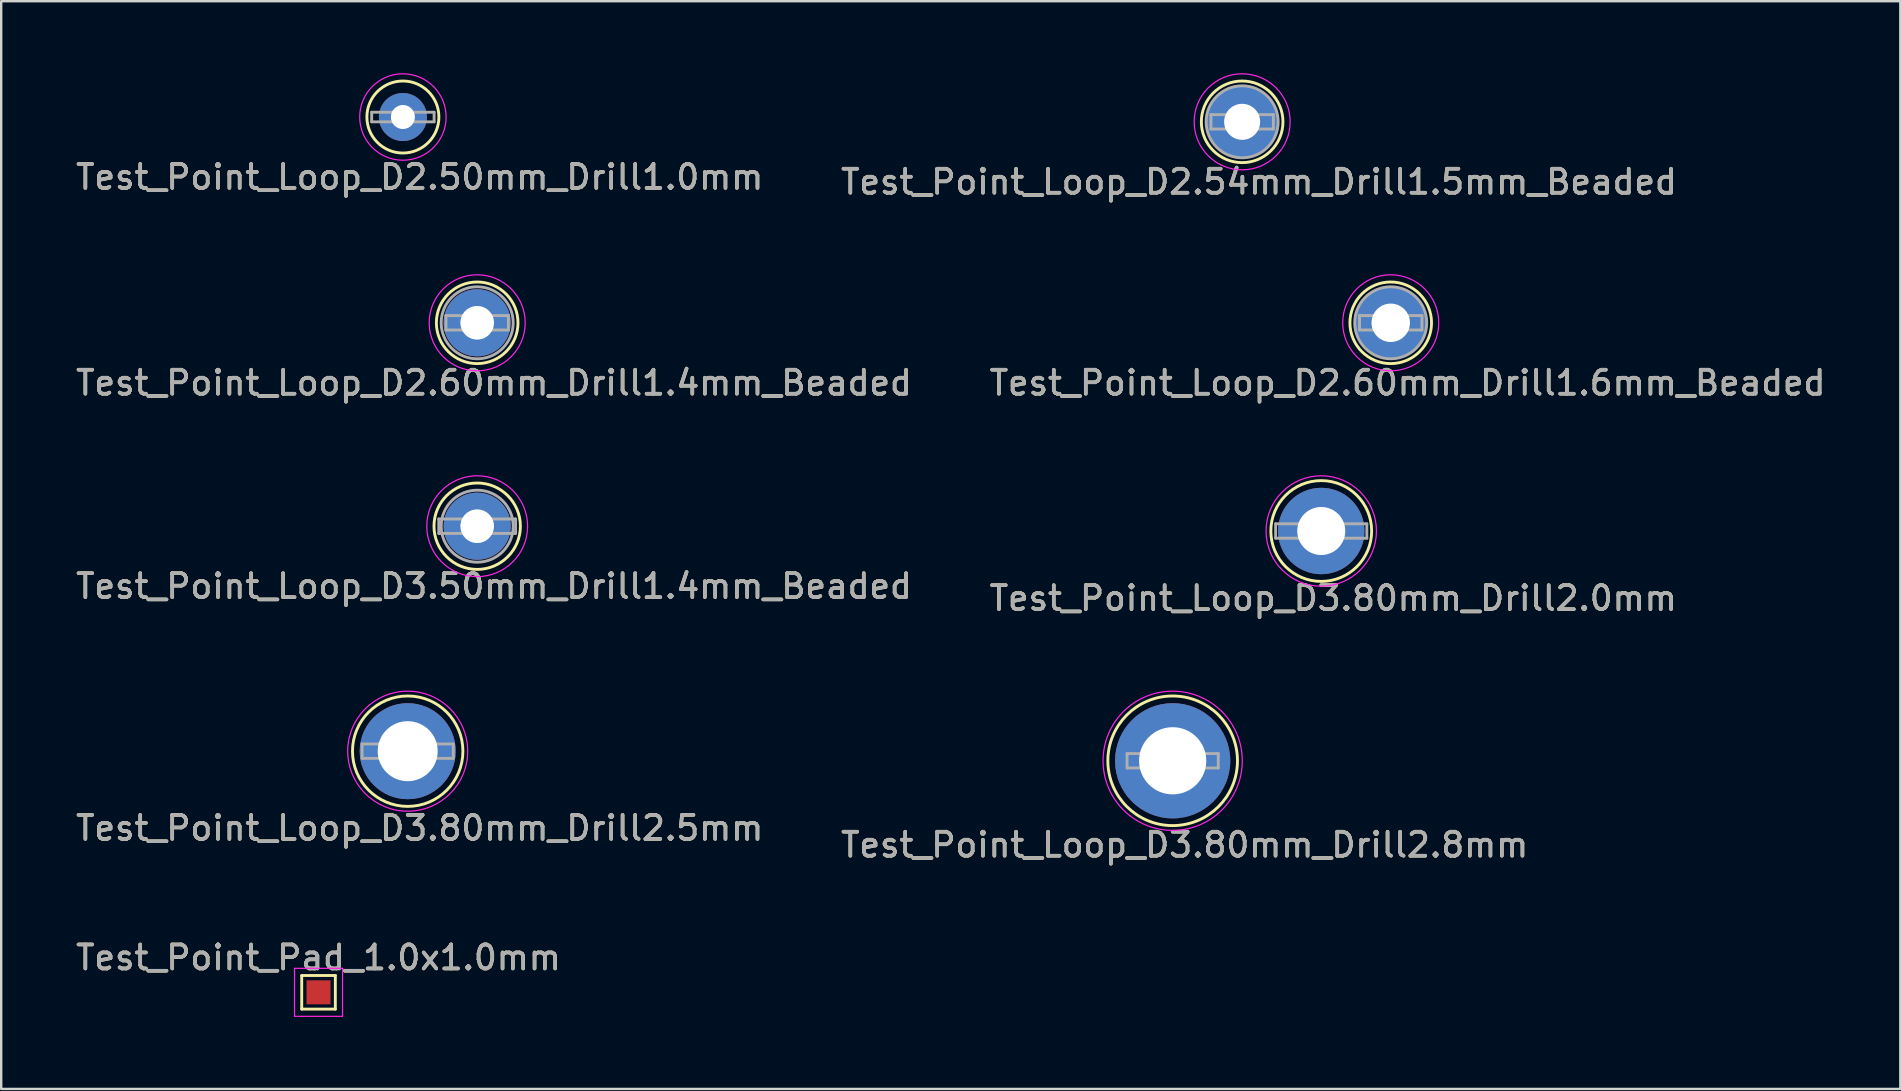
<source format=kicad_pcb>
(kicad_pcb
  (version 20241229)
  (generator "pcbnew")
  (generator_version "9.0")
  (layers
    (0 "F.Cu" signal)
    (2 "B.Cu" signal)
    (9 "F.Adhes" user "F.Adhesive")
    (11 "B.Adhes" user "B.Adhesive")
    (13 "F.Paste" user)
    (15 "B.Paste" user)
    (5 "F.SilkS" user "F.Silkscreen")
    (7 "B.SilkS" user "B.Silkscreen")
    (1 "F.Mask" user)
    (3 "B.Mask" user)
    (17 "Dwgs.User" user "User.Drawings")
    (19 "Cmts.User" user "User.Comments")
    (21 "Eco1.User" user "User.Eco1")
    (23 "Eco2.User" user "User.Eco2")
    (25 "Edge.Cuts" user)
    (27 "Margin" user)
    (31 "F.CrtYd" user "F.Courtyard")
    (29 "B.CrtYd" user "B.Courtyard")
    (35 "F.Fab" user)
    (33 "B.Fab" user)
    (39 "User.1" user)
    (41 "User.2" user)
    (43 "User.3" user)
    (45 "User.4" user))
  (footprint "Test_Point_Loop_D3.80mm_Drill2.5mm"
    (layer "F.Cu")
    (at 13.935 28.245)
    (property "Reference" "Test_Point_Loop_D3.80mm_Drill2.5mm" (at 0.5 3.2 0) (layer "F.SilkS") (effects (font (size 1 1) (thickness 0.15))))
    (attr through_hole)
    (fp_circle (center 0 0) (end 2.3 0) (stroke (width 0.12) (type solid)) (fill no) (layer "F.SilkS"))
    (fp_circle (center 0 0) (end 2.5 0) (stroke (width 0.05) (type solid)) (fill no) (layer "F.CrtYd"))
    (fp_line (start -1.9 -0.3) (end -1.9 0.3) (stroke (width 0.12) (type solid)) (layer "F.Fab"))
    (fp_line (start -1.9 0.3) (end 1.9 0.3) (stroke (width 0.12) (type solid)) (layer "F.Fab"))
    (fp_line (start 1.9 -0.3) (end -1.9 -0.3) (stroke (width 0.12) (type solid)) (layer "F.Fab"))
    (fp_line (start 1.9 0.3) (end 1.9 -0.3) (stroke (width 0.12) (type solid)) (layer "F.Fab"))
    (fp_text user "${REFERENCE}" (at 0.5 3.2 0) (layer "F.Fab") (effects (font (size 1 1) (thickness 0.15))))
    (pad "1" thru_hole circle (at 0 0) (size 4 4) (drill 2.5) (layers "*.Cu" "*.Mask")))
  (footprint "Test_Point_Loop_D3.80mm_Drill2.0mm"
    (layer "F.Cu")
    (at 51.994 19.072)
    (property "Reference" "Test_Point_Loop_D3.80mm_Drill2.0mm" (at 0.5 2.8 0) (layer "F.SilkS") (effects (font (size 1 1) (thickness 0.15))))
    (attr through_hole)
    (fp_circle (center 0 0) (end 2.1 0) (stroke (width 0.12) (type solid)) (fill no) (layer "F.SilkS"))
    (fp_circle (center 0 0) (end 2.3 0) (stroke (width 0.05) (type solid)) (fill no) (layer "F.CrtYd"))
    (fp_line (start -1.9 -0.3) (end -1.9 0.3) (stroke (width 0.12) (type solid)) (layer "F.Fab"))
    (fp_line (start -1.9 0.3) (end 1.9 0.3) (stroke (width 0.12) (type solid)) (layer "F.Fab"))
    (fp_line (start 1.9 -0.3) (end -1.9 -0.3) (stroke (width 0.12) (type solid)) (layer "F.Fab"))
    (fp_line (start 1.9 0.3) (end 1.9 -0.3) (stroke (width 0.12) (type solid)) (layer "F.Fab"))
    (fp_text user "${REFERENCE}" (at 0.5 2.8 0) (layer "F.Fab") (effects (font (size 1 1) (thickness 0.15))))
    (pad "1" thru_hole circle (at 0 0) (size 3.6 3.6) (drill 2) (layers "*.Cu" "*.Mask")))
  (footprint "Test_Point_Loop_D2.54mm_Drill1.5mm_Beaded"
    (layer "F.Cu")
    (at 48.699 2.025)
    (property "Reference" "Test_Point_Loop_D2.54mm_Drill1.5mm_Beaded" (at 0.7 2.5 0) (layer "F.SilkS") (effects (font (size 1 1) (thickness 0.15))))
    (attr through_hole)
    (fp_circle (center 0 0) (end 1.7 0) (stroke (width 0.12) (type solid)) (fill no) (layer "F.SilkS"))
    (fp_circle (center 0 0) (end 2 0) (stroke (width 0.05) (type solid)) (fill no) (layer "F.CrtYd"))
    (fp_line (start -1.3 -0.3) (end -1.3 0.3) (stroke (width 0.12) (type solid)) (layer "F.Fab"))
    (fp_line (start -1.3 0.3) (end 1.3 0.3) (stroke (width 0.12) (type solid)) (layer "F.Fab"))
    (fp_line (start 1.3 -0.3) (end -1.3 -0.3) (stroke (width 0.12) (type solid)) (layer "F.Fab"))
    (fp_line (start 1.3 0.3) (end 1.3 -0.3) (stroke (width 0.12) (type solid)) (layer "F.Fab"))
    (fp_circle (center 0 0) (end 1.5 0) (stroke (width 0.12) (type solid)) (fill no) (layer "F.Fab"))
    (fp_text user "${REFERENCE}" (at 0.7 2.5 0) (layer "F.Fab") (effects (font (size 1 1) (thickness 0.15))))
    (pad "1" thru_hole circle (at 0 0) (size 3 3) (drill 1.5) (layers "*.Cu" "*.Mask")))
  (footprint "Test_Point_Loop_D2.60mm_Drill1.4mm_Beaded"
    (layer "F.Cu")
    (at 16.83 10.398)
    (property "Reference" "Test_Point_Loop_D2.60mm_Drill1.4mm_Beaded" (at 0.7 2.5 0) (layer "F.SilkS") (effects (font (size 1 1) (thickness 0.15))))
    (attr through_hole)
    (fp_circle (center 0 0) (end 1.7 0) (stroke (width 0.12) (type solid)) (fill no) (layer "F.SilkS"))
    (fp_circle (center 0 0) (end 2 0) (stroke (width 0.05) (type solid)) (fill no) (layer "F.CrtYd"))
    (fp_line (start -1.3 -0.3) (end -1.3 0.3) (stroke (width 0.12) (type solid)) (layer "F.Fab"))
    (fp_line (start -1.3 0.3) (end 1.3 0.3) (stroke (width 0.12) (type solid)) (layer "F.Fab"))
    (fp_line (start 1.3 -0.3) (end -1.3 -0.3) (stroke (width 0.12) (type solid)) (layer "F.Fab"))
    (fp_line (start 1.3 0.3) (end 1.3 -0.3) (stroke (width 0.12) (type solid)) (layer "F.Fab"))
    (fp_circle (center 0 0) (end 1.5 0) (stroke (width 0.12) (type solid)) (fill no) (layer "F.Fab"))
    (fp_text user "${REFERENCE}" (at 0.7 2.5 0) (layer "F.Fab") (effects (font (size 1 1) (thickness 0.15))))
    (pad "1" thru_hole circle (at 0 0) (size 2.8 2.8) (drill 1.4) (layers "*.Cu" "*.Mask")))
  (footprint "Test_Point_Loop_D2.50mm_Drill1.0mm"
    (layer "F.Cu")
    (at 13.735 1.825)
    (property "Reference" "Test_Point_Loop_D2.50mm_Drill1.0mm" (at 0.7 2.5 0) (layer "F.SilkS") (effects (font (size 1 1) (thickness 0.15))))
    (attr through_hole)
    (fp_circle (center 0 0) (end 1.5 0) (stroke (width 0.12) (type solid)) (fill no) (layer "F.SilkS"))
    (fp_circle (center 0 0) (end 1.8 0) (stroke (width 0.05) (type solid)) (fill no) (layer "F.CrtYd"))
    (fp_line (start -1.3 -0.2) (end -1.3 0.2) (stroke (width 0.12) (type solid)) (layer "F.Fab"))
    (fp_line (start -1.3 0.2) (end 1.3 0.2) (stroke (width 0.12) (type solid)) (layer "F.Fab"))
    (fp_line (start 1.3 -0.2) (end -1.3 -0.2) (stroke (width 0.12) (type solid)) (layer "F.Fab"))
    (fp_line (start 1.3 0.2) (end 1.3 -0.2) (stroke (width 0.12) (type solid)) (layer "F.Fab"))
    (fp_text user "${REFERENCE}" (at 0.7 2.5 0) (layer "F.Fab") (effects (font (size 1 1) (thickness 0.15))))
    (pad "1" thru_hole circle (at 0 0) (size 2 2) (drill 1) (layers "*.Cu" "*.Mask")))
  (footprint "Test_Point_Pad_1.0x1.0mm"
    (layer "F.Cu")
    (at 10.22 38.291)
    (property "Reference" "Test_Point_Pad_1.0x1.0mm" (at 0 -1.448 0) (layer "F.SilkS") (effects (font (size 1 1) (thickness 0.15))))
    (attr exclude_from_pos_files exclude_from_bom)
    (fp_line (start -0.7 -0.7) (end 0.7 -0.7) (stroke (width 0.12) (type solid)) (layer "F.SilkS"))
    (fp_line (start -0.7 0.7) (end -0.7 -0.7) (stroke (width 0.12) (type solid)) (layer "F.SilkS"))
    (fp_line (start 0.7 -0.7) (end 0.7 0.7) (stroke (width 0.12) (type solid)) (layer "F.SilkS"))
    (fp_line (start 0.7 0.7) (end -0.7 0.7) (stroke (width 0.12) (type solid)) (layer "F.SilkS"))
    (fp_line (start -1 -1) (end -1 1) (stroke (width 0.05) (type solid)) (layer "F.CrtYd"))
    (fp_line (start -1 -1) (end 1 -1) (stroke (width 0.05) (type solid)) (layer "F.CrtYd"))
    (fp_line (start 1 1) (end -1 1) (stroke (width 0.05) (type solid)) (layer "F.CrtYd"))
    (fp_line (start 1 1) (end 1 -1) (stroke (width 0.05) (type solid)) (layer "F.CrtYd"))
    (fp_text user "${REFERENCE}" (at 0 -1.45 0) (layer "F.Fab") (effects (font (size 1 1) (thickness 0.15))))
    (pad "1" smd rect (at 0 0) (size 1 1) (layers "F.Cu" "F.Mask")))
  (footprint "Test_Point_Loop_D3.50mm_Drill1.4mm_Beaded"
    (layer "F.Cu")
    (at 16.83 18.872)
    (property "Reference" "Test_Point_Loop_D3.50mm_Drill1.4mm_Beaded" (at 0.7 2.5 0) (layer "F.SilkS") (effects (font (size 1 1) (thickness 0.15))))
    (attr through_hole)
    (fp_circle (center 0 0) (end 1.8 0) (stroke (width 0.12) (type solid)) (fill no) (layer "F.SilkS"))
    (fp_circle (center 0 0) (end 2.1 0) (stroke (width 0.05) (type solid)) (fill no) (layer "F.CrtYd"))
    (fp_line (start -1.6 -0.3) (end -1.6 0.3) (stroke (width 0.12) (type solid)) (layer "F.Fab"))
    (fp_line (start -1.6 0.3) (end 1.6 0.3) (stroke (width 0.12) (type solid)) (layer "F.Fab"))
    (fp_line (start 1.6 -0.3) (end -1.6 -0.3) (stroke (width 0.12) (type solid)) (layer "F.Fab"))
    (fp_line (start 1.6 0.3) (end 1.6 -0.3) (stroke (width 0.12) (type solid)) (layer "F.Fab"))
    (fp_circle (center 0 0) (end 1.5 0) (stroke (width 0.12) (type solid)) (fill no) (layer "F.Fab"))
    (fp_text user "${REFERENCE}" (at 0.7 2.5 0) (layer "F.Fab") (effects (font (size 1 1) (thickness 0.15))))
    (pad "1" thru_hole circle (at 0 0) (size 2.8 2.8) (drill 1.4) (layers "*.Cu" "*.Mask")))
  (footprint "Test_Point_Loop_D2.60mm_Drill1.6mm_Beaded"
    (layer "F.Cu")
    (at 54.889 10.398)
    (property "Reference" "Test_Point_Loop_D2.60mm_Drill1.6mm_Beaded" (at 0.7 2.5 0) (layer "F.SilkS") (effects (font (size 1 1) (thickness 0.15))))
    (attr through_hole)
    (fp_circle (center 0 0) (end 1.7 0) (stroke (width 0.12) (type solid)) (fill no) (layer "F.SilkS"))
    (fp_circle (center 0 0) (end 2 0) (stroke (width 0.05) (type solid)) (fill no) (layer "F.CrtYd"))
    (fp_line (start -1.3 -0.3) (end -1.3 0.3) (stroke (width 0.12) (type solid)) (layer "F.Fab"))
    (fp_line (start -1.3 0.3) (end 1.3 0.3) (stroke (width 0.12) (type solid)) (layer "F.Fab"))
    (fp_line (start 1.3 -0.3) (end -1.3 -0.3) (stroke (width 0.12) (type solid)) (layer "F.Fab"))
    (fp_line (start 1.3 0.3) (end 1.3 -0.3) (stroke (width 0.12) (type solid)) (layer "F.Fab"))
    (fp_circle (center 0 0) (end 1.5 0) (stroke (width 0.12) (type solid)) (fill no) (layer "F.Fab"))
    (fp_text user "${REFERENCE}" (at 0.7 2.5 0) (layer "F.Fab") (effects (font (size 1 1) (thickness 0.15))))
    (pad "1" thru_hole circle (at 0 0) (size 3 3) (drill 1.6) (layers "*.Cu" "*.Mask")))
  (footprint "Test_Point_Loop_D3.80mm_Drill2.8mm"
    (layer "F.Cu")
    (at 45.804 28.645)
    (property "Reference" "Test_Point_Loop_D3.80mm_Drill2.8mm" (at 0.5 3.5 0) (layer "F.SilkS") (effects (font (size 1 1) (thickness 0.15))))
    (attr through_hole)
    (fp_circle (center 0 0) (end 2.7 0) (stroke (width 0.12) (type solid)) (fill no) (layer "F.SilkS"))
    (fp_circle (center 0 0) (end 2.9 0) (stroke (width 0.05) (type solid)) (fill no) (layer "F.CrtYd"))
    (fp_line (start -1.9 -0.3) (end -1.9 0.3) (stroke (width 0.12) (type solid)) (layer "F.Fab"))
    (fp_line (start -1.9 0.3) (end 1.9 0.3) (stroke (width 0.12) (type solid)) (layer "F.Fab"))
    (fp_line (start 1.9 -0.3) (end -1.9 -0.3) (stroke (width 0.12) (type solid)) (layer "F.Fab"))
    (fp_line (start 1.9 0.3) (end 1.9 -0.3) (stroke (width 0.12) (type solid)) (layer "F.Fab"))
    (fp_text user "${REFERENCE}" (at 0.5 3.5 0) (layer "F.Fab") (effects (font (size 1 1) (thickness 0.15))))
    (pad "1" thru_hole circle (at 0 0) (size 4.8 4.8) (drill 2.8) (layers "*.Cu" "*.Mask")))
  (gr_rect
    (start -3 -3)
    (end 76.119 42.316)
    (stroke (width 0.1) (type default))
    (fill no)
    (layer "Edge.Cuts")))
</source>
